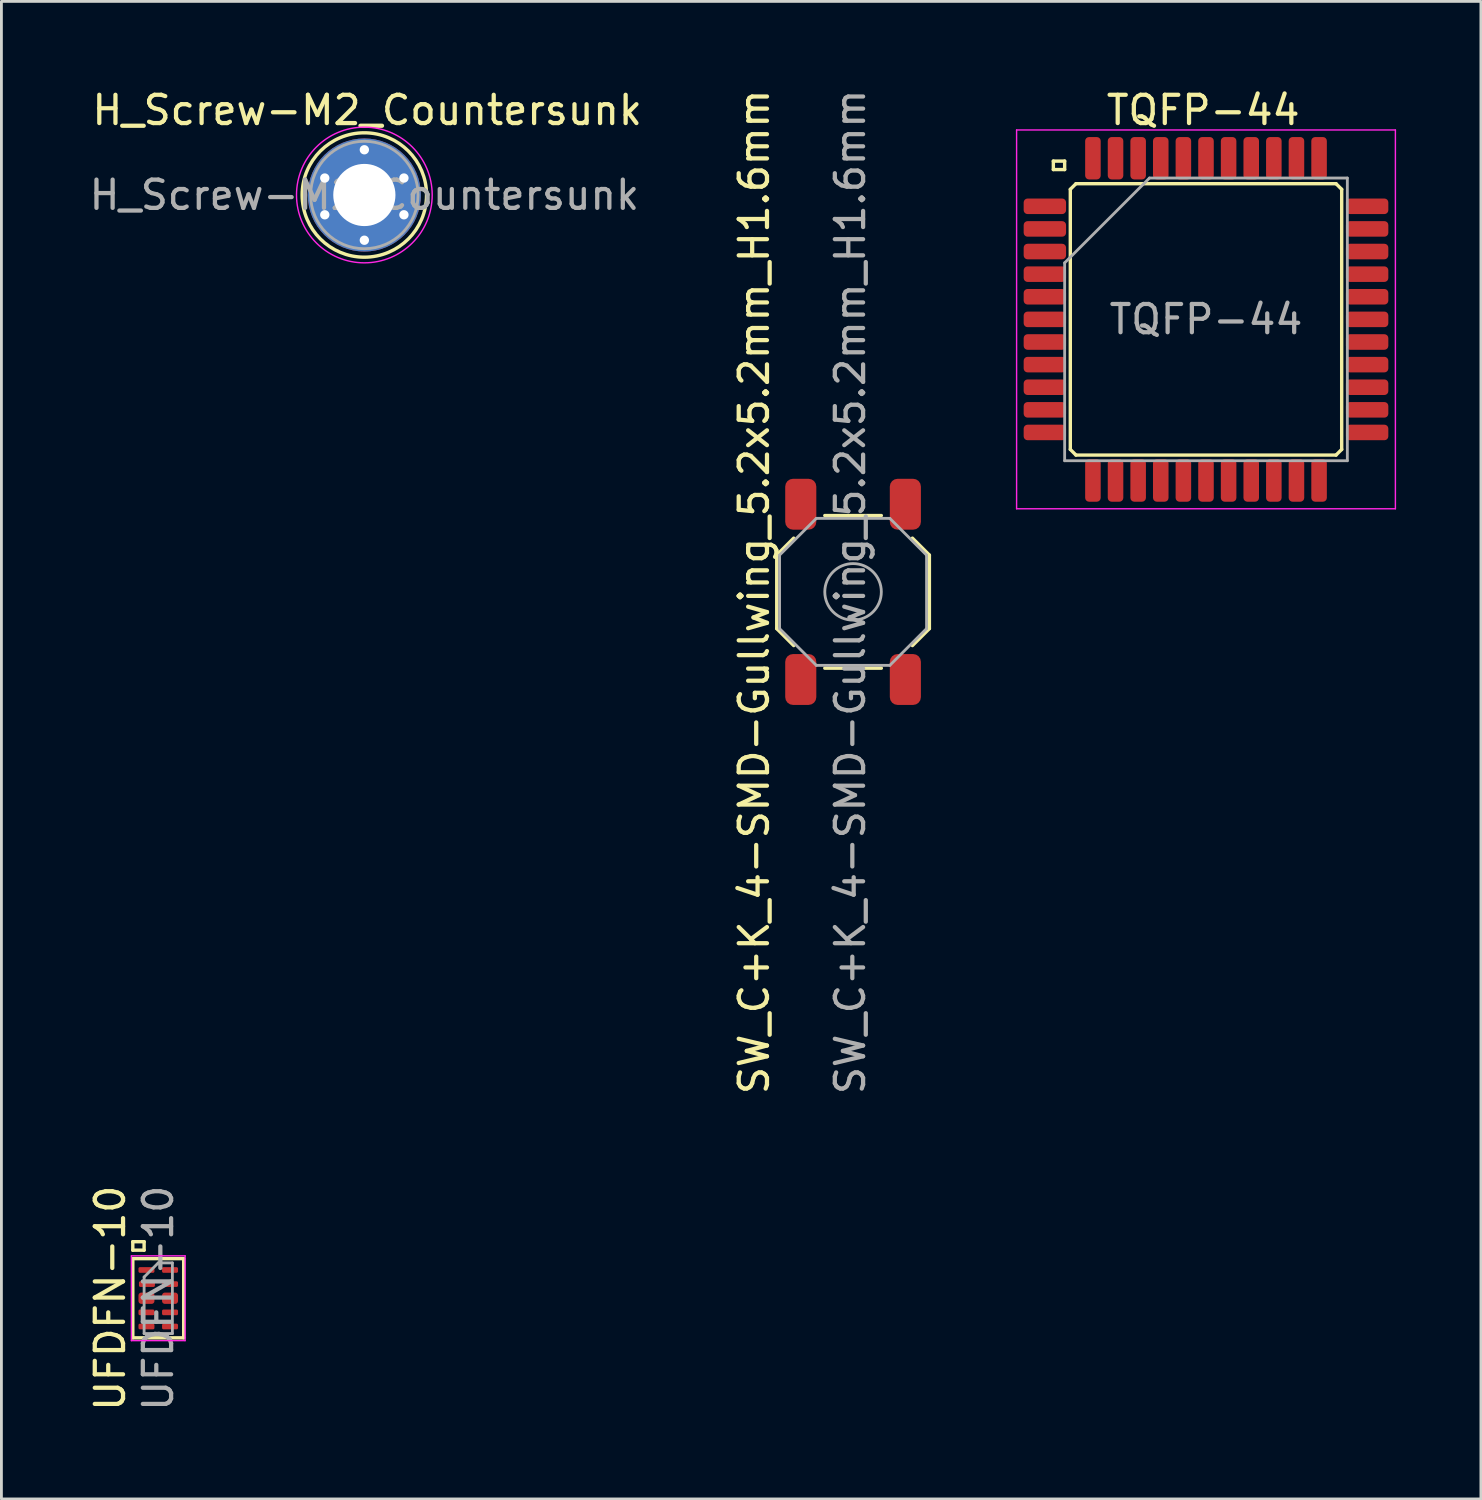
<source format=kicad_pcb>
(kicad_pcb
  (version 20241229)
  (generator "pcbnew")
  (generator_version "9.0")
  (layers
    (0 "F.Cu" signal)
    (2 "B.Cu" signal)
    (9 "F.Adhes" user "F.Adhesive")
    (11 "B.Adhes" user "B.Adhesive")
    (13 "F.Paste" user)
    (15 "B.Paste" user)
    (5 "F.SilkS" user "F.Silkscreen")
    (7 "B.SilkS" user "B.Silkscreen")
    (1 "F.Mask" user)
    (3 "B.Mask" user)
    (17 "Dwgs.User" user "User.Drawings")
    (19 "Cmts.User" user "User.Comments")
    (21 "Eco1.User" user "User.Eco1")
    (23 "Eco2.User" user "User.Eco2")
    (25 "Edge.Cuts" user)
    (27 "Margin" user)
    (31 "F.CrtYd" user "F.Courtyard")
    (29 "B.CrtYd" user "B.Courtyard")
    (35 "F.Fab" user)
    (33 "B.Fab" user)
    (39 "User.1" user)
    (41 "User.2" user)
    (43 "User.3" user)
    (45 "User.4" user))
  (footprint "SW_C+K_4-SMD-Gullwing_5.2x5.2mm_H1.6mm"
    (layer "F.Cu")
    (at 27.127 17.887)
    (property "Reference" "SW_C+K_4-SMD-Gullwing_5.2x5.2mm_H1.6mm" (at -3.5 0 90) (layer "F.SilkS") (effects (font (size 1 1) (thickness 0.15))))
    (attr smd)
    (fp_line (start -2.7 -1.3) (end -2.7 1.3) (stroke (width 0.12) (type solid)) (layer "F.SilkS"))
    (fp_line (start -2.7 -1.3) (end -2.1 -1.9) (stroke (width 0.12) (type solid)) (layer "F.SilkS"))
    (fp_line (start -2.7 1.3) (end -2.1 1.9) (stroke (width 0.12) (type solid)) (layer "F.SilkS"))
    (fp_line (start -1 -2.7) (end 1 -2.7) (stroke (width 0.12) (type solid)) (layer "F.SilkS"))
    (fp_line (start 1 2.7) (end -1 2.7) (stroke (width 0.12) (type solid)) (layer "F.SilkS"))
    (fp_line (start 2.7 -1.3) (end 2.1 -1.9) (stroke (width 0.12) (type solid)) (layer "F.SilkS"))
    (fp_line (start 2.7 1.3) (end 2.1 1.9) (stroke (width 0.12) (type solid)) (layer "F.SilkS"))
    (fp_line (start 2.7 1.3) (end 2.7 -1.3) (stroke (width 0.12) (type solid)) (layer "F.SilkS"))
    (fp_line (start -2.6 -1.3) (end -1.3 -2.6) (stroke (width 0.1) (type solid)) (layer "F.Fab"))
    (fp_line (start -2.6 1.3) (end -2.6 -1.3) (stroke (width 0.1) (type solid)) (layer "F.Fab"))
    (fp_line (start -2.6 1.3) (end -1.3 2.6) (stroke (width 0.1) (type solid)) (layer "F.Fab"))
    (fp_line (start -1.3 -2.6) (end 1.3 -2.6) (stroke (width 0.1) (type solid)) (layer "F.Fab"))
    (fp_line (start -1.3 2.6) (end 1.3 2.6) (stroke (width 0.1) (type solid)) (layer "F.Fab"))
    (fp_line (start 2.6 -1.3) (end 1.3 -2.6) (stroke (width 0.1) (type solid)) (layer "F.Fab"))
    (fp_line (start 2.6 1.3) (end 1.3 2.6) (stroke (width 0.1) (type solid)) (layer "F.Fab"))
    (fp_line (start 2.6 1.3) (end 2.6 -1.3) (stroke (width 0.1) (type solid)) (layer "F.Fab"))
    (fp_circle (center 0 0) (end 1 0) (stroke (width 0.1) (type solid)) (fill no) (layer "F.Fab"))
    (fp_text user "${REFERENCE}" (at -0.1 0 90) (layer "F.Fab") (effects (font (size 1 1) (thickness 0.15))))
    (pad "1" smd roundrect (at -1.85 -3.1) (size 1.1 1.8) (layers "F.Cu" "F.Mask" "F.Paste") (roundrect_rratio 0.25))
    (pad "2" smd roundrect (at -1.85 3.1) (size 1.1 1.8) (layers "F.Cu" "F.Mask" "F.Paste") (roundrect_rratio 0.25))
    (pad "3" smd roundrect (at 1.85 3.1) (size 1.1 1.8) (layers "F.Cu" "F.Mask" "F.Paste") (roundrect_rratio 0.25))
    (pad "4" smd roundrect (at 1.85 -3.1) (size 1.1 1.8) (layers "F.Cu" "F.Mask" "F.Paste") (roundrect_rratio 0.25)))
  (footprint "UFDFN-10"
    (layer "F.Cu")
    (at 2.548 42.875)
    (property "Reference" "UFDFN-10" (at -1.7 0 90) (layer "F.SilkS") (effects (font (size 1 1) (thickness 0.15))))
    (attr smd)
    (fp_line (start -0.9 -2) (end -0.9 -1.7) (stroke (width 0.12) (type solid)) (layer "F.SilkS"))
    (fp_line (start -0.9 -1.7) (end -0.5 -1.7) (stroke (width 0.12) (type solid)) (layer "F.SilkS"))
    (fp_line (start -0.9 -1.4) (end 0.9 -1.4) (stroke (width 0.12) (type solid)) (layer "F.SilkS"))
    (fp_line (start -0.9 1.4) (end -0.9 -1.4) (stroke (width 0.12) (type solid)) (layer "F.SilkS"))
    (fp_line (start -0.5 -2) (end -0.9 -2) (stroke (width 0.12) (type solid)) (layer "F.SilkS"))
    (fp_line (start -0.5 -1.7) (end -0.5 -2) (stroke (width 0.12) (type solid)) (layer "F.SilkS"))
    (fp_line (start 0.9 -1.4) (end 0.9 1.4) (stroke (width 0.12) (type solid)) (layer "F.SilkS"))
    (fp_line (start 0.9 1.4) (end -0.9 1.4) (stroke (width 0.12) (type solid)) (layer "F.SilkS"))
    (fp_line (start -0.95 -1.5) (end -0.95 1.5) (stroke (width 0.05) (type solid)) (layer "F.CrtYd"))
    (fp_line (start -0.95 -1.5) (end 0.95 -1.5) (stroke (width 0.05) (type solid)) (layer "F.CrtYd"))
    (fp_line (start -0.95 1.5) (end 0.95 1.5) (stroke (width 0.05) (type solid)) (layer "F.CrtYd"))
    (fp_line (start 0.95 -1.5) (end 0.95 1.5) (stroke (width 0.05) (type solid)) (layer "F.CrtYd"))
    (fp_line (start -0.5 -0.75) (end -0.5 1.25) (stroke (width 0.1) (type solid)) (layer "F.Fab"))
    (fp_line (start -0.5 1.25) (end 0.5 1.25) (stroke (width 0.1) (type solid)) (layer "F.Fab"))
    (fp_line (start 0 -1.25) (end -0.5 -0.75) (stroke (width 0.1) (type solid)) (layer "F.Fab"))
    (fp_line (start 0 -1.25) (end 0.5 -1.25) (stroke (width 0.1) (type solid)) (layer "F.Fab"))
    (fp_line (start 0.5 -1.25) (end 0.5 1.25) (stroke (width 0.1) (type solid)) (layer "F.Fab"))
    (fp_text user "${REFERENCE}" (at 0 0 90) (layer "F.Fab") (effects (font (size 1 1) (thickness 0.15))))
    (pad "1" smd roundrect (at -0.417 -1) (size 0.565 0.2) (layers "F.Cu" "F.Mask" "F.Paste") (roundrect_rratio 0.25))
    (pad "2" smd roundrect (at -0.4 -0.5) (size 0.565 0.2) (layers "F.Cu" "F.Mask" "F.Paste") (roundrect_rratio 0.25))
    (pad "3" smd roundrect (at -0.417 0) (size 0.565 0.4) (layers "F.Cu" "F.Mask" "F.Paste") (roundrect_rratio 0.25))
    (pad "4" smd roundrect (at -0.417 0.5) (size 0.565 0.2) (layers "F.Cu" "F.Mask" "F.Paste") (roundrect_rratio 0.25))
    (pad "5" smd roundrect (at -0.417 1) (size 0.565 0.2) (layers "F.Cu" "F.Mask" "F.Paste") (roundrect_rratio 0.25))
    (pad "6" smd roundrect (at 0.417 1) (size 0.565 0.2) (layers "F.Cu" "F.Mask" "F.Paste") (roundrect_rratio 0.25))
    (pad "7" smd roundrect (at 0.417 0.5) (size 0.565 0.2) (layers "F.Cu" "F.Mask" "F.Paste") (roundrect_rratio 0.25))
    (pad "8" smd roundrect (at 0.417 0) (size 0.565 0.4) (layers "F.Cu" "F.Mask" "F.Paste") (roundrect_rratio 0.25))
    (pad "9" smd roundrect (at 0.417 -0.5) (size 0.565 0.2) (layers "F.Cu" "F.Mask" "F.Paste") (roundrect_rratio 0.25))
    (pad "10" smd roundrect (at 0.417 -1) (size 0.565 0.2) (layers "F.Cu" "F.Mask" "F.Paste") (roundrect_rratio 0.25)))
  (footprint "TQFP-44"
    (layer "F.Cu")
    (at 39.612 8.248)
    (property "Reference" "TQFP-44" (at -0.1 -7.4 0) (layer "F.SilkS") (effects (font (size 1 1) (thickness 0.15))))
    (attr smd)
    (fp_line (start -5.4 -5.6) (end -5 -5.6) (stroke (width 0.12) (type solid)) (layer "F.SilkS"))
    (fp_line (start -5.4 -5.3) (end -5.4 -5.6) (stroke (width 0.12) (type solid)) (layer "F.SilkS"))
    (fp_line (start -5.4 -5.3) (end -5 -5.3) (stroke (width 0.12) (type solid)) (layer "F.SilkS"))
    (fp_line (start -5 -5.3) (end -5 -5.6) (stroke (width 0.12) (type solid)) (layer "F.SilkS"))
    (fp_line (start -4.8 -4.6) (end -4.8 4.6) (stroke (width 0.12) (type solid)) (layer "F.SilkS"))
    (fp_line (start -4.8 4.6) (end -4.6 4.8) (stroke (width 0.12) (type solid)) (layer "F.SilkS"))
    (fp_line (start -4.6 -4.8) (end -4.8 -4.6) (stroke (width 0.12) (type solid)) (layer "F.SilkS"))
    (fp_line (start -4.6 4.8) (end 4.6 4.8) (stroke (width 0.12) (type solid)) (layer "F.SilkS"))
    (fp_line (start 4.6 -4.8) (end -4.6 -4.8) (stroke (width 0.12) (type solid)) (layer "F.SilkS"))
    (fp_line (start 4.6 4.8) (end 4.8 4.6) (stroke (width 0.12) (type solid)) (layer "F.SilkS"))
    (fp_line (start 4.8 -4.6) (end 4.6 -4.8) (stroke (width 0.12) (type solid)) (layer "F.SilkS"))
    (fp_line (start 4.8 4.6) (end 4.8 -4.6) (stroke (width 0.12) (type solid)) (layer "F.SilkS"))
    (fp_line (start -6.7 -6.7) (end -6.7 6.7) (stroke (width 0.05) (type solid)) (layer "F.CrtYd"))
    (fp_line (start -6.7 -6.7) (end 6.7 -6.7) (stroke (width 0.05) (type solid)) (layer "F.CrtYd"))
    (fp_line (start -6.7 6.7) (end 6.7 6.7) (stroke (width 0.05) (type solid)) (layer "F.CrtYd"))
    (fp_line (start 6.7 -6.7) (end 6.7 6.7) (stroke (width 0.05) (type solid)) (layer "F.CrtYd"))
    (fp_line (start -5 -2) (end -5 5) (stroke (width 0.1) (type solid)) (layer "F.Fab"))
    (fp_line (start -5 -2) (end -2 -5) (stroke (width 0.1) (type solid)) (layer "F.Fab"))
    (fp_line (start -5 5) (end 5 5) (stroke (width 0.1) (type solid)) (layer "F.Fab"))
    (fp_line (start -2 -5) (end 5 -5) (stroke (width 0.1) (type solid)) (layer "F.Fab"))
    (fp_line (start 5 -5) (end 5 5) (stroke (width 0.1) (type solid)) (layer "F.Fab"))
    (fp_text user "${REFERENCE}" (at 0 0 0) (layer "F.Fab") (effects (font (size 1 1) (thickness 0.15))))
    (pad "1" smd roundrect (at -5.7 -4) (size 1.5 0.55) (layers "F.Cu" "F.Mask" "F.Paste") (roundrect_rratio 0.25))
    (pad "2" smd roundrect (at -5.7 -3.2) (size 1.5 0.55) (layers "F.Cu" "F.Mask" "F.Paste") (roundrect_rratio 0.25))
    (pad "3" smd roundrect (at -5.7 -2.4) (size 1.5 0.55) (layers "F.Cu" "F.Mask" "F.Paste") (roundrect_rratio 0.25))
    (pad "4" smd roundrect (at -5.7 -1.6) (size 1.5 0.55) (layers "F.Cu" "F.Mask" "F.Paste") (roundrect_rratio 0.25))
    (pad "5" smd roundrect (at -5.7 -0.8) (size 1.5 0.55) (layers "F.Cu" "F.Mask" "F.Paste") (roundrect_rratio 0.25))
    (pad "6" smd roundrect (at -5.7 0) (size 1.5 0.55) (layers "F.Cu" "F.Mask" "F.Paste") (roundrect_rratio 0.25))
    (pad "7" smd roundrect (at -5.7 0.8) (size 1.5 0.55) (layers "F.Cu" "F.Mask" "F.Paste") (roundrect_rratio 0.25))
    (pad "8" smd roundrect (at -5.7 1.6) (size 1.5 0.55) (layers "F.Cu" "F.Mask" "F.Paste") (roundrect_rratio 0.25))
    (pad "9" smd roundrect (at -5.7 2.4) (size 1.5 0.55) (layers "F.Cu" "F.Mask" "F.Paste") (roundrect_rratio 0.25))
    (pad "10" smd roundrect (at -5.7 3.2) (size 1.5 0.55) (layers "F.Cu" "F.Mask" "F.Paste") (roundrect_rratio 0.25))
    (pad "11" smd roundrect (at -5.7 4) (size 1.5 0.55) (layers "F.Cu" "F.Mask" "F.Paste") (roundrect_rratio 0.25))
    (pad "12" smd roundrect (at -4 5.7 90) (size 1.5 0.55) (layers "F.Cu" "F.Mask" "F.Paste") (roundrect_rratio 0.25))
    (pad "13" smd roundrect (at -3.2 5.7 90) (size 1.5 0.55) (layers "F.Cu" "F.Mask" "F.Paste") (roundrect_rratio 0.25))
    (pad "14" smd roundrect (at -2.4 5.7 90) (size 1.5 0.55) (layers "F.Cu" "F.Mask" "F.Paste") (roundrect_rratio 0.25))
    (pad "15" smd roundrect (at -1.6 5.7 90) (size 1.5 0.55) (layers "F.Cu" "F.Mask" "F.Paste") (roundrect_rratio 0.25))
    (pad "16" smd roundrect (at -0.8 5.7 90) (size 1.5 0.55) (layers "F.Cu" "F.Mask" "F.Paste") (roundrect_rratio 0.25))
    (pad "17" smd roundrect (at 0 5.7 90) (size 1.5 0.55) (layers "F.Cu" "F.Mask" "F.Paste") (roundrect_rratio 0.25))
    (pad "18" smd roundrect (at 0.8 5.7 90) (size 1.5 0.55) (layers "F.Cu" "F.Mask" "F.Paste") (roundrect_rratio 0.25))
    (pad "19" smd roundrect (at 1.6 5.7 90) (size 1.5 0.55) (layers "F.Cu" "F.Mask" "F.Paste") (roundrect_rratio 0.25))
    (pad "20" smd roundrect (at 2.4 5.7 90) (size 1.5 0.55) (layers "F.Cu" "F.Mask" "F.Paste") (roundrect_rratio 0.25))
    (pad "21" smd roundrect (at 3.2 5.7 90) (size 1.5 0.55) (layers "F.Cu" "F.Mask" "F.Paste") (roundrect_rratio 0.25))
    (pad "22" smd roundrect (at 4 5.7 90) (size 1.5 0.55) (layers "F.Cu" "F.Mask" "F.Paste") (roundrect_rratio 0.25))
    (pad "23" smd roundrect (at 5.7 4 180) (size 1.5 0.55) (layers "F.Cu" "F.Mask" "F.Paste") (roundrect_rratio 0.25))
    (pad "24" smd roundrect (at 5.7 3.2 180) (size 1.5 0.55) (layers "F.Cu" "F.Mask" "F.Paste") (roundrect_rratio 0.25))
    (pad "25" smd roundrect (at 5.7 2.4 180) (size 1.5 0.55) (layers "F.Cu" "F.Mask" "F.Paste") (roundrect_rratio 0.25))
    (pad "26" smd roundrect (at 5.7 1.6 180) (size 1.5 0.55) (layers "F.Cu" "F.Mask" "F.Paste") (roundrect_rratio 0.25))
    (pad "27" smd roundrect (at 5.7 0.8 180) (size 1.5 0.55) (layers "F.Cu" "F.Mask" "F.Paste") (roundrect_rratio 0.25))
    (pad "28" smd roundrect (at 5.7 0 180) (size 1.5 0.55) (layers "F.Cu" "F.Mask" "F.Paste") (roundrect_rratio 0.25))
    (pad "29" smd roundrect (at 5.7 -0.8 180) (size 1.5 0.55) (layers "F.Cu" "F.Mask" "F.Paste") (roundrect_rratio 0.25))
    (pad "30" smd roundrect (at 5.7 -1.6 180) (size 1.5 0.55) (layers "F.Cu" "F.Mask" "F.Paste") (roundrect_rratio 0.25))
    (pad "31" smd roundrect (at 5.7 -2.4 180) (size 1.5 0.55) (layers "F.Cu" "F.Mask" "F.Paste") (roundrect_rratio 0.25))
    (pad "32" smd roundrect (at 5.7 -3.2 180) (size 1.5 0.55) (layers "F.Cu" "F.Mask" "F.Paste") (roundrect_rratio 0.25))
    (pad "33" smd roundrect (at 5.7 -4 180) (size 1.5 0.55) (layers "F.Cu" "F.Mask" "F.Paste") (roundrect_rratio 0.25))
    (pad "34" smd roundrect (at 4 -5.7 270) (size 1.5 0.55) (layers "F.Cu" "F.Mask" "F.Paste") (roundrect_rratio 0.25))
    (pad "35" smd roundrect (at 3.2 -5.7 270) (size 1.5 0.55) (layers "F.Cu" "F.Mask" "F.Paste") (roundrect_rratio 0.25))
    (pad "36" smd roundrect (at 2.4 -5.7 270) (size 1.5 0.55) (layers "F.Cu" "F.Mask" "F.Paste") (roundrect_rratio 0.25))
    (pad "37" smd roundrect (at 1.6 -5.7 270) (size 1.5 0.55) (layers "F.Cu" "F.Mask" "F.Paste") (roundrect_rratio 0.25))
    (pad "38" smd roundrect (at 0.8 -5.7 270) (size 1.5 0.55) (layers "F.Cu" "F.Mask" "F.Paste") (roundrect_rratio 0.25))
    (pad "39" smd roundrect (at 0 -5.7 270) (size 1.5 0.55) (layers "F.Cu" "F.Mask" "F.Paste") (roundrect_rratio 0.25))
    (pad "40" smd roundrect (at -0.8 -5.7 270) (size 1.5 0.55) (layers "F.Cu" "F.Mask" "F.Paste") (roundrect_rratio 0.25))
    (pad "41" smd roundrect (at -1.6 -5.7 270) (size 1.5 0.55) (layers "F.Cu" "F.Mask" "F.Paste") (roundrect_rratio 0.25))
    (pad "42" smd roundrect (at -2.4 -5.7 270) (size 1.5 0.55) (layers "F.Cu" "F.Mask" "F.Paste") (roundrect_rratio 0.25))
    (pad "43" smd roundrect (at -3.2 -5.7 270) (size 1.5 0.55) (layers "F.Cu" "F.Mask" "F.Paste") (roundrect_rratio 0.25))
    (pad "44" smd roundrect (at -4 -5.7 270) (size 1.5 0.55) (layers "F.Cu" "F.Mask" "F.Paste") (roundrect_rratio 0.25)))
  (footprint "H_Screw-M2_Countersunk"
    (layer "F.Cu")
    (at 9.839 3.848)
    (property "Reference" "H_Screw-M2_Countersunk" (at 0.1 -3 0) (layer "F.SilkS") (effects (font (size 1 1) (thickness 0.15))))
    (attr through_hole)
    (fp_circle (center 0 0) (end 2.2 0) (stroke (width 0.12) (type solid)) (fill no) (layer "F.SilkS"))
    (fp_circle (center 0 0) (end 2.4 0) (stroke (width 0.05) (type solid)) (fill no) (layer "F.CrtYd"))
    (fp_circle (center 0 0) (end 1 0) (stroke (width 0.1) (type solid)) (fill no) (layer "F.Fab"))
    (fp_circle (center 0 0) (end 1.9 0) (stroke (width 0.1) (type solid)) (fill no) (layer "F.Fab"))
    (fp_text user "${REFERENCE}" (at 0 0 0) (layer "F.Fab") (effects (font (size 1 1) (thickness 0.15))))
    (pad "1" thru_hole circle (at -1.4 -0.6) (size 0.5 0.5) (drill 0.33) (layers "*.Cu" "*.Mask"))
    (pad "1" thru_hole circle (at -1.4 0.7) (size 0.5 0.5) (drill 0.33) (layers "*.Cu" "*.Mask"))
    (pad "1" thru_hole circle (at 0 -1.6) (size 0.5 0.5) (drill 0.33) (layers "*.Cu" "*.Mask"))
    (pad "1" thru_hole circle (at 0 0) (size 4 4) (drill 2.2) (layers "*.Cu" "*.Mask"))
    (pad "1" thru_hole circle (at 0 1.6) (size 0.5 0.5) (drill 0.33) (layers "*.Cu" "*.Mask"))
    (pad "1" thru_hole circle (at 1.4 -0.6) (size 0.5 0.5) (drill 0.33) (layers "*.Cu" "*.Mask"))
    (pad "1" thru_hole circle (at 1.4 0.7) (size 0.5 0.5) (drill 0.33) (layers "*.Cu" "*.Mask")))
  (gr_rect
    (start -3 -3)
    (end 49.337 49.976)
    (stroke (width 0.1) (type default))
    (fill no)
    (layer "Edge.Cuts")))
</source>
